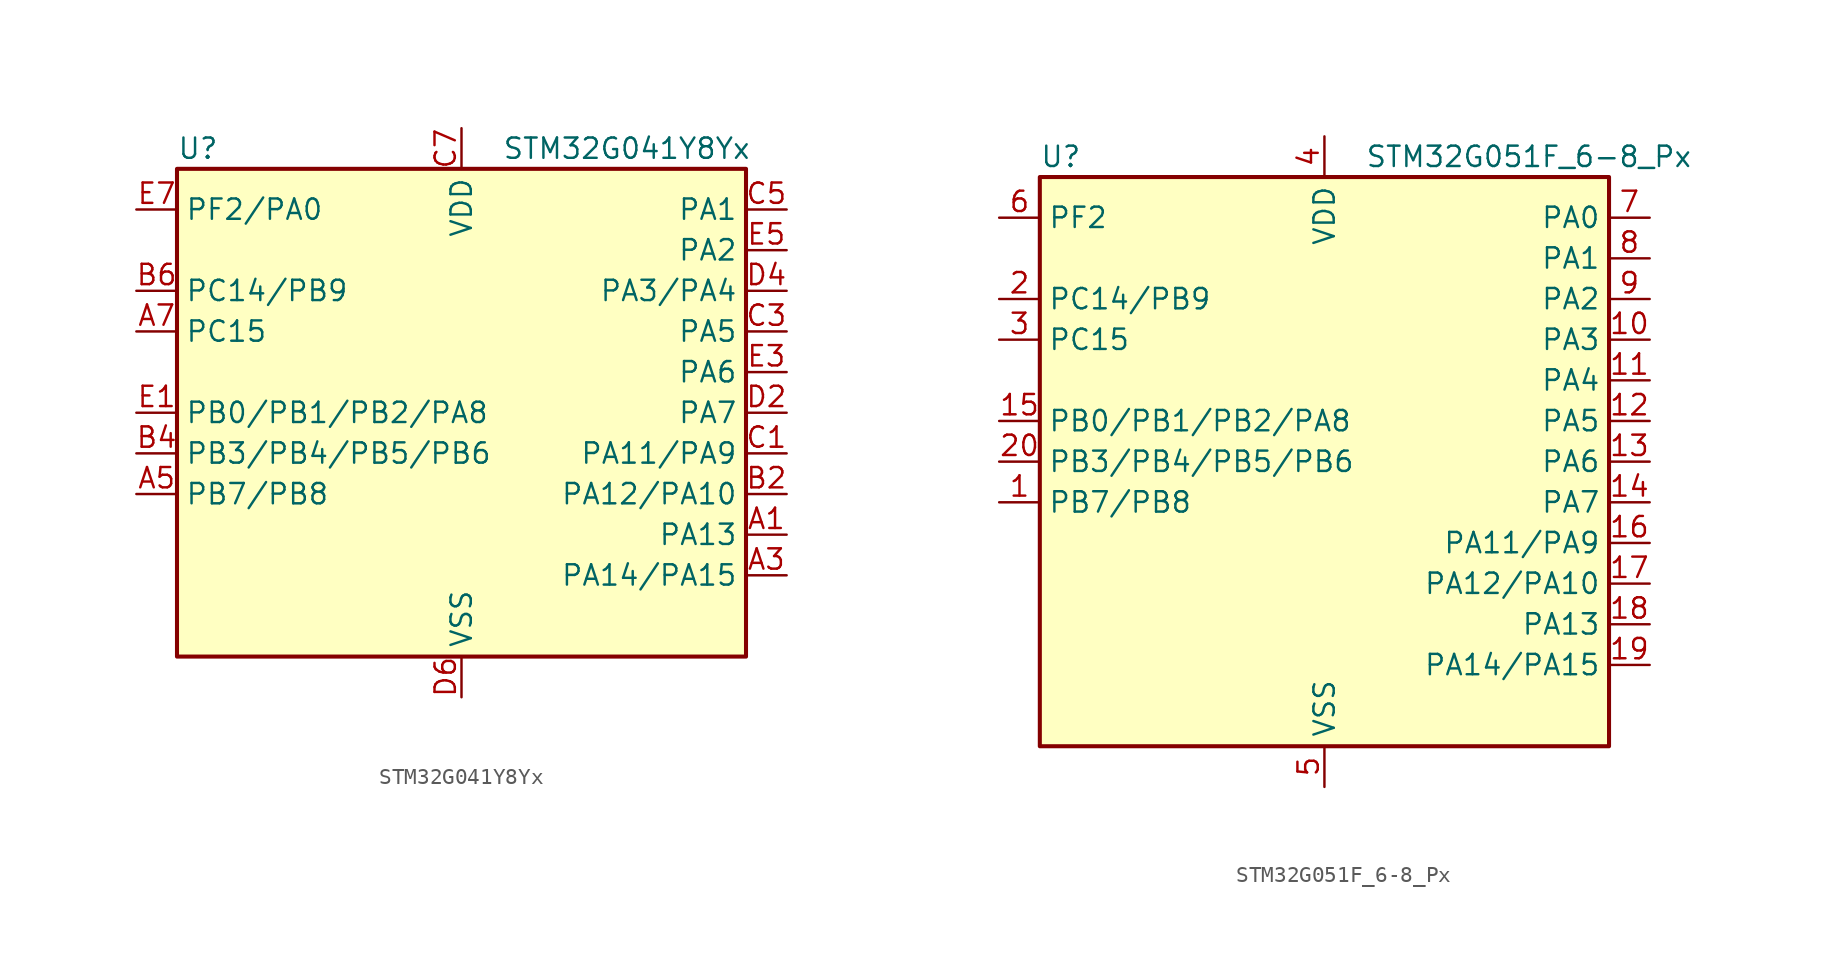
<source format=kicad_sym>
(kicad_symbol_lib
  (version 20220914)
  (generator kicad_symbol_editor)
  (symbol "STM32G041Y8Yx"
    (property "Reference" "U"
      (at -17.78 16.51 0)
      (effects (font (size 1.27 1.27)) (justify left)))
    (property "Value" "STM32G041Y8Yx"
      (at 2.54 16.51 0)
      (effects (font (size 1.27 1.27)) (justify left)))
    (property "ki_locked" ""
      (at 0 0 0)
      (effects (font (size 1.27 1.27))))
    (symbol "STM32G041Y8Yx_0_1"
      (rectangle (start -17.78 -15.24) (end 17.78 15.24) (stroke (width 0.254) (type default)) (fill (type background))))
    (symbol "STM32G041Y8Yx_1_1"
      (pin bidirectional line (at 20.32 -7.62 180) (length 2.54) (name "PA13" (effects (font (size 1.27 1.27)))) (number "A1" (effects (font (size 1.27 1.27)))) (alternate "ADC1_IN17" bidirectional line) (alternate "IR_OUT" bidirectional line) (alternate "SYS_SWDIO" bidirectional line))
      (pin bidirectional line (at 20.32 -10.16 180) (length 2.54) (name "PA14/PA15" (effects (font (size 1.27 1.27)))) (number "A3" (effects (font (size 1.27 1.27)))) (alternate "ADC1_IN18" bidirectional line) (alternate "SYS_SWCLK" bidirectional line) (alternate "USART2_TX" bidirectional line))
      (pin bidirectional line (at -20.32 -5.08 0) (length 2.54) (name "PB7/PB8" (effects (font (size 1.27 1.27)))) (number "A5" (effects (font (size 1.27 1.27)))) (alternate "ADC1_IN11" bidirectional line) (alternate "I2C1_SDA" bidirectional line) (alternate "LPTIM1_IN2" bidirectional line) (alternate "SPI2_MOSI" bidirectional line) (alternate "SYS_PVD_IN" bidirectional line) (alternate "TIM17_CH1N" bidirectional line) (alternate "USART1_RX" bidirectional line))
      (pin bidirectional line (at -20.32 5.08 0) (length 2.54) (name "PC15" (effects (font (size 1.27 1.27)))) (number "A7" (effects (font (size 1.27 1.27)))) (alternate "RCC_OSC32_EN" bidirectional line) (alternate "RCC_OSC32_OUT" bidirectional line) (alternate "RCC_OSC_EN" bidirectional line))
      (pin bidirectional line (at 20.32 -5.08 180) (length 2.54) (name "PA12/PA10" (effects (font (size 1.27 1.27)))) (number "B2" (effects (font (size 1.27 1.27)))) (alternate "ADC1_IN16" bidirectional line) (alternate "I2C2_SDA" bidirectional line) (alternate "I2S1_SD" bidirectional line) (alternate "I2S_CKIN" bidirectional line) (alternate "SPI1_MOSI" bidirectional line) (alternate "TIM1_ETR" bidirectional line) (alternate "USART1_CK" bidirectional line) (alternate "USART1_DE" bidirectional line) (alternate "USART1_RTS" bidirectional line))
      (pin bidirectional line (at -20.32 -2.54 0) (length 2.54) (name "PB3/PB4/PB5/PB6" (effects (font (size 1.27 1.27)))) (number "B4" (effects (font (size 1.27 1.27)))) (alternate "I2S1_CK" bidirectional line) (alternate "SPI1_SCK" bidirectional line) (alternate "TIM1_CH2" bidirectional line) (alternate "TIM2_CH2" bidirectional line) (alternate "USART1_CK" bidirectional line) (alternate "USART1_DE" bidirectional line) (alternate "USART1_RTS" bidirectional line))
      (pin bidirectional line (at -20.32 7.62 0) (length 2.54) (name "PC14/PB9" (effects (font (size 1.27 1.27)))) (number "B6" (effects (font (size 1.27 1.27)))) (alternate "RCC_OSC32_IN" bidirectional line) (alternate "RCC_OSC_IN" bidirectional line) (alternate "TIM1_BK2" bidirectional line))
      (pin bidirectional line (at 20.32 -2.54 180) (length 2.54) (name "PA11/PA9" (effects (font (size 1.27 1.27)))) (number "C1" (effects (font (size 1.27 1.27)))) (alternate "ADC1_EXTI11" bidirectional line) (alternate "ADC1_IN15" bidirectional line) (alternate "I2C2_SCL" bidirectional line) (alternate "I2S1_MCK" bidirectional line) (alternate "SPI1_MISO" bidirectional line) (alternate "TIM1_BK2" bidirectional line) (alternate "TIM1_CH4" bidirectional line) (alternate "USART1_CTS" bidirectional line) (alternate "USART1_NSS" bidirectional line))
      (pin bidirectional line (at 20.32 5.08 180) (length 2.54) (name "PA5" (effects (font (size 1.27 1.27)))) (number "C3" (effects (font (size 1.27 1.27)))) (alternate "ADC1_IN5" bidirectional line) (alternate "I2S1_CK" bidirectional line) (alternate "LPTIM2_ETR" bidirectional line) (alternate "SPI1_SCK" bidirectional line) (alternate "TIM2_CH1" bidirectional line) (alternate "TIM2_ETR" bidirectional line))
      (pin bidirectional line (at 20.32 12.7 180) (length 2.54) (name "PA1" (effects (font (size 1.27 1.27)))) (number "C5" (effects (font (size 1.27 1.27)))) (alternate "ADC1_IN1" bidirectional line) (alternate "I2C1_SMBA" bidirectional line) (alternate "I2S1_CK" bidirectional line) (alternate "SPI1_SCK" bidirectional line) (alternate "TIM2_CH2" bidirectional line) (alternate "USART2_CK" bidirectional line) (alternate "USART2_DE" bidirectional line) (alternate "USART2_RTS" bidirectional line))
      (pin power_in line (at 0 17.78 270) (length 2.54) (name "VDD" (effects (font (size 1.27 1.27)))) (number "C7" (effects (font (size 1.27 1.27)))))
      (pin bidirectional line (at 20.32 0 180) (length 2.54) (name "PA7" (effects (font (size 1.27 1.27)))) (number "D2" (effects (font (size 1.27 1.27)))) (alternate "ADC1_IN7" bidirectional line) (alternate "I2S1_SD" bidirectional line) (alternate "SPI1_MOSI" bidirectional line) (alternate "TIM14_CH1" bidirectional line) (alternate "TIM17_CH1" bidirectional line) (alternate "TIM1_CH1N" bidirectional line) (alternate "TIM3_CH2" bidirectional line))
      (pin bidirectional line (at 20.32 7.62 180) (length 2.54) (name "PA3/PA4" (effects (font (size 1.27 1.27)))) (number "D4" (effects (font (size 1.27 1.27)))) (alternate "ADC1_IN3" bidirectional line) (alternate "LPUART1_RX" bidirectional line) (alternate "SPI2_MISO" bidirectional line) (alternate "TIM2_CH4" bidirectional line) (alternate "USART2_RX" bidirectional line))
      (pin power_in line (at 0 -17.78 90) (length 2.54) (name "VSS" (effects (font (size 1.27 1.27)))) (number "D6" (effects (font (size 1.27 1.27)))))
      (pin bidirectional line (at -20.32 0 0) (length 2.54) (name "PB0/PB1/PB2/PA8" (effects (font (size 1.27 1.27)))) (number "E1" (effects (font (size 1.27 1.27)))) (alternate "ADC1_IN8" bidirectional line) (alternate "I2S1_WS" bidirectional line) (alternate "LPTIM1_OUT" bidirectional line) (alternate "SPI1_NSS" bidirectional line) (alternate "TIM1_CH2N" bidirectional line) (alternate "TIM3_CH3" bidirectional line))
      (pin bidirectional line (at 20.32 2.54 180) (length 2.54) (name "PA6" (effects (font (size 1.27 1.27)))) (number "E3" (effects (font (size 1.27 1.27)))) (alternate "ADC1_IN6" bidirectional line) (alternate "I2S1_MCK" bidirectional line) (alternate "LPUART1_CTS" bidirectional line) (alternate "SPI1_MISO" bidirectional line) (alternate "TIM16_CH1" bidirectional line) (alternate "TIM1_BK" bidirectional line) (alternate "TIM3_CH1" bidirectional line))
      (pin bidirectional line (at 20.32 10.16 180) (length 2.54) (name "PA2" (effects (font (size 1.27 1.27)))) (number "E5" (effects (font (size 1.27 1.27)))) (alternate "ADC1_IN2" bidirectional line) (alternate "I2S1_SD" bidirectional line) (alternate "LPUART1_TX" bidirectional line) (alternate "RCC_LSCO" bidirectional line) (alternate "SPI1_MOSI" bidirectional line) (alternate "SYS_WKUP4" bidirectional line) (alternate "TIM2_CH3" bidirectional line) (alternate "USART2_TX" bidirectional line))
      (pin bidirectional line (at -20.32 12.7 0) (length 2.54) (name "PF2/PA0" (effects (font (size 1.27 1.27)))) (number "E7" (effects (font (size 1.27 1.27)))) (alternate "RCC_MCO" bidirectional line))))
  (symbol "STM32G051F_6-8_Px"
    (property "Reference" "U"
      (at -17.78 19.05 0)
      (effects (font (size 1.27 1.27)) (justify left)))
    (property "Value" "STM32G051F_6-8_Px"
      (at 2.54 19.05 0)
      (effects (font (size 1.27 1.27)) (justify left)))
    (property "ki_locked" ""
      (at 0 0 0)
      (effects (font (size 1.27 1.27))))
    (symbol "STM32G051F_6-8_Px_0_1"
      (rectangle (start -17.78 -17.78) (end 17.78 17.78) (stroke (width 0.254) (type default)) (fill (type background))))
    (symbol "STM32G051F_6-8_Px_1_1"
      (pin bidirectional line (at -20.32 -2.54 0) (length 2.54) (name "PB7/PB8" (effects (font (size 1.27 1.27)))) (number "1" (effects (font (size 1.27 1.27)))) (alternate "ADC1_IN11" bidirectional line) (alternate "COMP2_INM" bidirectional line) (alternate "I2C1_SDA" bidirectional line) (alternate "LPTIM1_IN2" bidirectional line) (alternate "SPI2_MOSI" bidirectional line) (alternate "SYS_PVD_IN" bidirectional line) (alternate "TIM17_CH1N" bidirectional line) (alternate "USART1_RX" bidirectional line))
      (pin bidirectional line (at 20.32 7.62 180) (length 2.54) (name "PA3" (effects (font (size 1.27 1.27)))) (number "10" (effects (font (size 1.27 1.27)))) (alternate "ADC1_IN3" bidirectional line) (alternate "COMP2_INP" bidirectional line) (alternate "LPUART1_RX" bidirectional line) (alternate "SPI2_MISO" bidirectional line) (alternate "TIM15_CH2" bidirectional line) (alternate "TIM2_CH4" bidirectional line) (alternate "USART2_RX" bidirectional line))
      (pin bidirectional line (at 20.32 5.08 180) (length 2.54) (name "PA4" (effects (font (size 1.27 1.27)))) (number "11" (effects (font (size 1.27 1.27)))) (alternate "ADC1_IN4" bidirectional line) (alternate "DAC1_OUT1" bidirectional line) (alternate "I2S1_WS" bidirectional line) (alternate "LPTIM2_OUT" bidirectional line) (alternate "RTC_OUT1" bidirectional line) (alternate "RTC_TAMP_IN1" bidirectional line) (alternate "RTC_TS" bidirectional line) (alternate "SPI1_NSS" bidirectional line) (alternate "SPI2_MOSI" bidirectional line) (alternate "SYS_WKUP2" bidirectional line) (alternate "TIM14_CH1" bidirectional line))
      (pin bidirectional line (at 20.32 2.54 180) (length 2.54) (name "PA5" (effects (font (size 1.27 1.27)))) (number "12" (effects (font (size 1.27 1.27)))) (alternate "ADC1_IN5" bidirectional line) (alternate "DAC1_OUT2" bidirectional line) (alternate "I2S1_CK" bidirectional line) (alternate "LPTIM2_ETR" bidirectional line) (alternate "SPI1_SCK" bidirectional line) (alternate "TIM2_CH1" bidirectional line) (alternate "TIM2_ETR" bidirectional line))
      (pin bidirectional line (at 20.32 0 180) (length 2.54) (name "PA6" (effects (font (size 1.27 1.27)))) (number "13" (effects (font (size 1.27 1.27)))) (alternate "ADC1_IN6" bidirectional line) (alternate "COMP1_OUT" bidirectional line) (alternate "I2S1_MCK" bidirectional line) (alternate "LPUART1_CTS" bidirectional line) (alternate "SPI1_MISO" bidirectional line) (alternate "TIM16_CH1" bidirectional line) (alternate "TIM1_BK" bidirectional line) (alternate "TIM3_CH1" bidirectional line))
      (pin bidirectional line (at 20.32 -2.54 180) (length 2.54) (name "PA7" (effects (font (size 1.27 1.27)))) (number "14" (effects (font (size 1.27 1.27)))) (alternate "ADC1_IN7" bidirectional line) (alternate "COMP2_OUT" bidirectional line) (alternate "I2S1_SD" bidirectional line) (alternate "SPI1_MOSI" bidirectional line) (alternate "TIM14_CH1" bidirectional line) (alternate "TIM17_CH1" bidirectional line) (alternate "TIM1_CH1N" bidirectional line) (alternate "TIM3_CH2" bidirectional line))
      (pin bidirectional line (at -20.32 2.54 0) (length 2.54) (name "PB0/PB1/PB2/PA8" (effects (font (size 1.27 1.27)))) (number "15" (effects (font (size 1.27 1.27)))) (alternate "ADC1_IN8" bidirectional line) (alternate "COMP1_OUT" bidirectional line) (alternate "I2S1_WS" bidirectional line) (alternate "LPTIM1_OUT" bidirectional line) (alternate "SPI1_NSS" bidirectional line) (alternate "TIM1_CH2N" bidirectional line) (alternate "TIM3_CH3" bidirectional line))
      (pin bidirectional line (at 20.32 -5.08 180) (length 2.54) (name "PA11/PA9" (effects (font (size 1.27 1.27)))) (number "16" (effects (font (size 1.27 1.27)))) (alternate "ADC1_EXTI11" bidirectional line) (alternate "ADC1_IN15" bidirectional line) (alternate "COMP1_OUT" bidirectional line) (alternate "I2C2_SCL" bidirectional line) (alternate "I2S1_MCK" bidirectional line) (alternate "SPI1_MISO" bidirectional line) (alternate "TIM1_BK2" bidirectional line) (alternate "TIM1_CH4" bidirectional line) (alternate "USART1_CTS" bidirectional line) (alternate "USART1_NSS" bidirectional line))
      (pin bidirectional line (at 20.32 -7.62 180) (length 2.54) (name "PA12/PA10" (effects (font (size 1.27 1.27)))) (number "17" (effects (font (size 1.27 1.27)))) (alternate "ADC1_IN16" bidirectional line) (alternate "COMP2_OUT" bidirectional line) (alternate "I2C2_SDA" bidirectional line) (alternate "I2S1_SD" bidirectional line) (alternate "I2S_CKIN" bidirectional line) (alternate "SPI1_MOSI" bidirectional line) (alternate "TIM1_ETR" bidirectional line) (alternate "USART1_CK" bidirectional line) (alternate "USART1_DE" bidirectional line) (alternate "USART1_RTS" bidirectional line))
      (pin bidirectional line (at 20.32 -10.16 180) (length 2.54) (name "PA13" (effects (font (size 1.27 1.27)))) (number "18" (effects (font (size 1.27 1.27)))) (alternate "ADC1_IN17" bidirectional line) (alternate "IR_OUT" bidirectional line) (alternate "SYS_SWDIO" bidirectional line))
      (pin bidirectional line (at 20.32 -12.7 180) (length 2.54) (name "PA14/PA15" (effects (font (size 1.27 1.27)))) (number "19" (effects (font (size 1.27 1.27)))) (alternate "ADC1_IN18" bidirectional line) (alternate "SYS_SWCLK" bidirectional line) (alternate "USART2_TX" bidirectional line))
      (pin bidirectional line (at -20.32 10.16 0) (length 2.54) (name "PC14/PB9" (effects (font (size 1.27 1.27)))) (number "2" (effects (font (size 1.27 1.27)))) (alternate "RCC_OSC32_IN" bidirectional line) (alternate "RCC_OSC_IN" bidirectional line) (alternate "TIM1_BK2" bidirectional line))
      (pin bidirectional line (at -20.32 0 0) (length 2.54) (name "PB3/PB4/PB5/PB6" (effects (font (size 1.27 1.27)))) (number "20" (effects (font (size 1.27 1.27)))) (alternate "COMP2_INM" bidirectional line) (alternate "I2S1_CK" bidirectional line) (alternate "SPI1_SCK" bidirectional line) (alternate "TIM1_CH2" bidirectional line) (alternate "TIM2_CH2" bidirectional line) (alternate "USART1_CK" bidirectional line) (alternate "USART1_DE" bidirectional line) (alternate "USART1_RTS" bidirectional line))
      (pin bidirectional line (at -20.32 7.62 0) (length 2.54) (name "PC15" (effects (font (size 1.27 1.27)))) (number "3" (effects (font (size 1.27 1.27)))) (alternate "RCC_OSC32_EN" bidirectional line) (alternate "RCC_OSC32_OUT" bidirectional line) (alternate "RCC_OSC_EN" bidirectional line) (alternate "TIM15_BK" bidirectional line))
      (pin power_in line (at 0 20.32 270) (length 2.54) (name "VDD" (effects (font (size 1.27 1.27)))) (number "4" (effects (font (size 1.27 1.27)))))
      (pin power_in line (at 0 -20.32 90) (length 2.54) (name "VSS" (effects (font (size 1.27 1.27)))) (number "5" (effects (font (size 1.27 1.27)))))
      (pin bidirectional line (at -20.32 15.24 0) (length 2.54) (name "PF2" (effects (font (size 1.27 1.27)))) (number "6" (effects (font (size 1.27 1.27)))) (alternate "RCC_MCO" bidirectional line))
      (pin bidirectional line (at 20.32 15.24 180) (length 2.54) (name "PA0" (effects (font (size 1.27 1.27)))) (number "7" (effects (font (size 1.27 1.27)))) (alternate "ADC1_IN0" bidirectional line) (alternate "COMP1_INM" bidirectional line) (alternate "COMP1_OUT" bidirectional line) (alternate "LPTIM1_OUT" bidirectional line) (alternate "RTC_TAMP_IN2" bidirectional line) (alternate "SPI2_SCK" bidirectional line) (alternate "SYS_WKUP1" bidirectional line) (alternate "TIM2_CH1" bidirectional line) (alternate "TIM2_ETR" bidirectional line) (alternate "USART2_CTS" bidirectional line) (alternate "USART2_NSS" bidirectional line))
      (pin bidirectional line (at 20.32 12.7 180) (length 2.54) (name "PA1" (effects (font (size 1.27 1.27)))) (number "8" (effects (font (size 1.27 1.27)))) (alternate "ADC1_IN1" bidirectional line) (alternate "COMP1_INP" bidirectional line) (alternate "I2C1_SMBA" bidirectional line) (alternate "I2S1_CK" bidirectional line) (alternate "SPI1_SCK" bidirectional line) (alternate "TIM15_CH1N" bidirectional line) (alternate "TIM2_CH2" bidirectional line) (alternate "USART2_CK" bidirectional line) (alternate "USART2_DE" bidirectional line) (alternate "USART2_RTS" bidirectional line))
      (pin bidirectional line (at 20.32 10.16 180) (length 2.54) (name "PA2" (effects (font (size 1.27 1.27)))) (number "9" (effects (font (size 1.27 1.27)))) (alternate "ADC1_IN2" bidirectional line) (alternate "COMP2_INM" bidirectional line) (alternate "COMP2_OUT" bidirectional line) (alternate "I2S1_SD" bidirectional line) (alternate "LPUART1_TX" bidirectional line) (alternate "RCC_LSCO" bidirectional line) (alternate "SPI1_MOSI" bidirectional line) (alternate "SYS_WKUP4" bidirectional line) (alternate "TIM15_CH1" bidirectional line) (alternate "TIM2_CH3" bidirectional line) (alternate "USART2_TX" bidirectional line)))))
</source>
